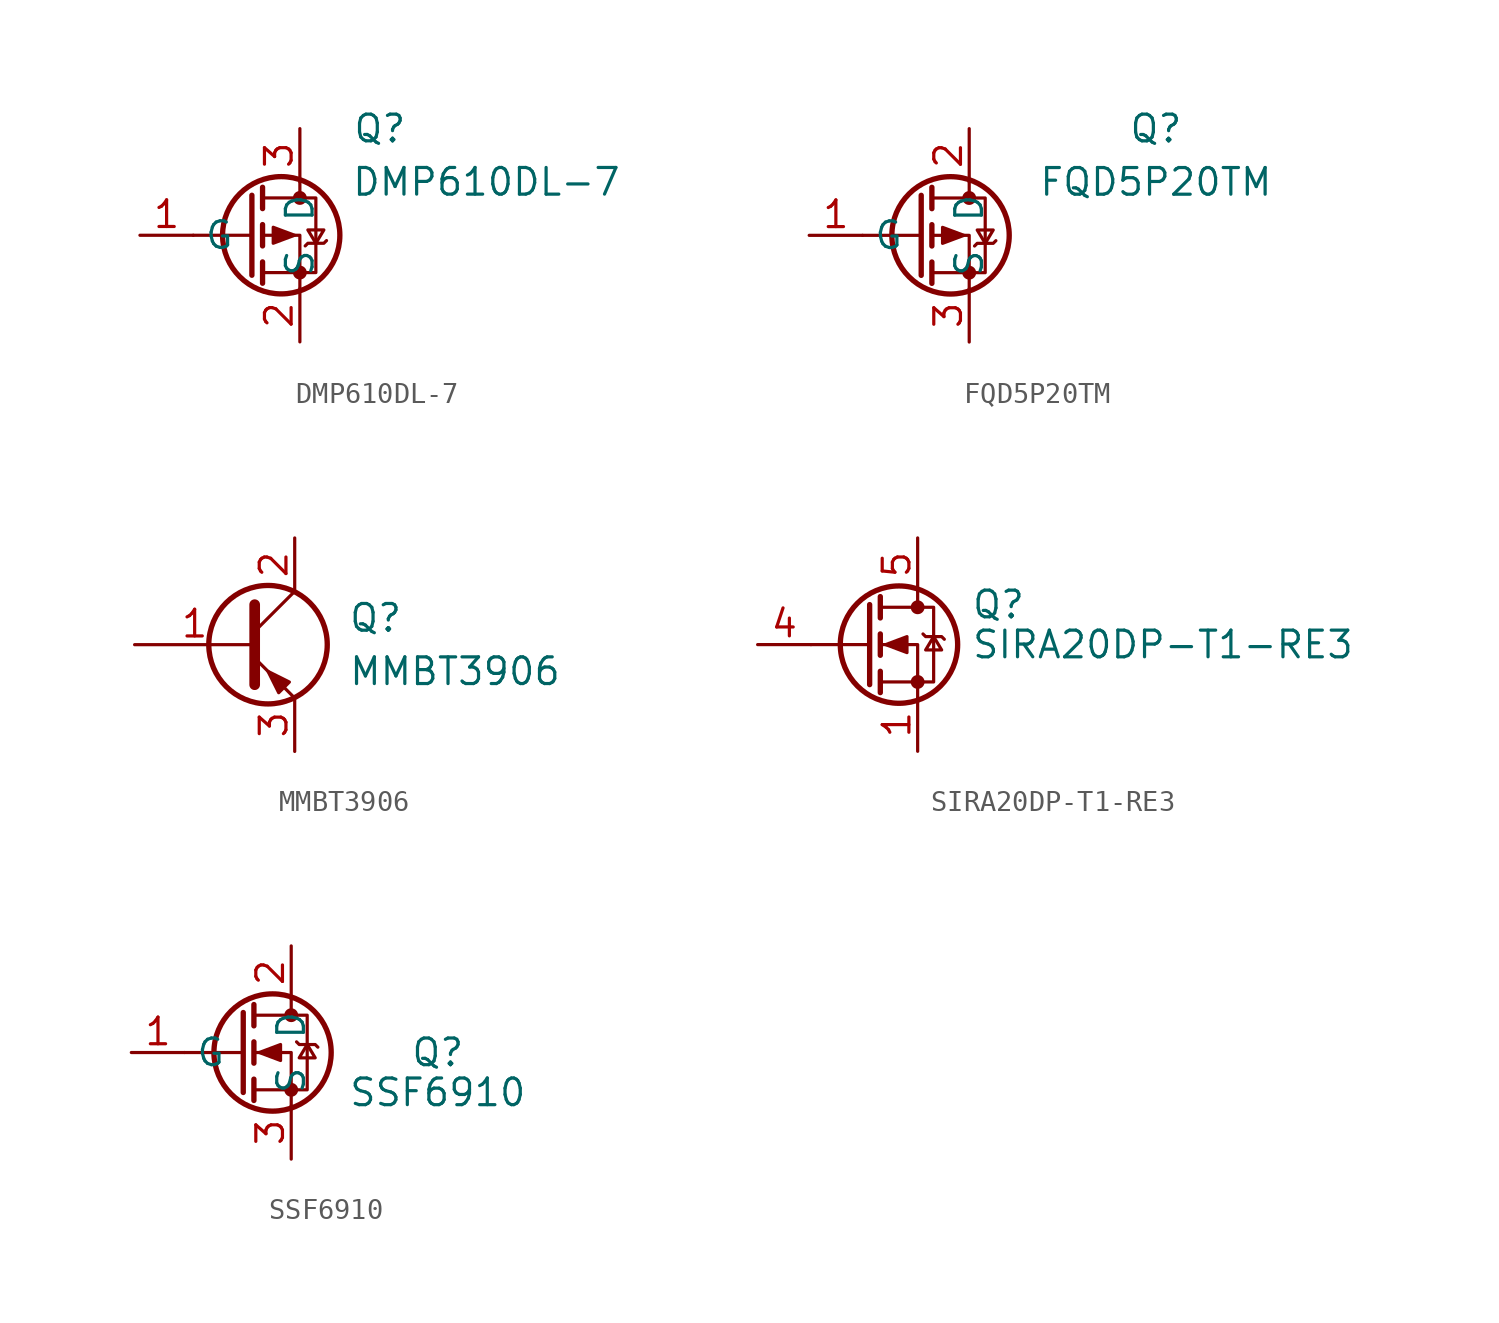
<source format=kicad_sym>
(kicad_symbol_lib
  (version 20241209)
  (generator "kicad_symbol_editor")
  (generator_version "9.0")
  (symbol "DMP610DL-7"
    (property "Reference" "Q"
      (at 5.08 5.08 0)
      (effects (font (size 1.27 1.27))))
    (property "Value" "DMP610DL-7"
      (at 10.16 2.54 0)
      (effects (font (size 1.27 1.27))))
    (symbol "DMP610DL-7_0_1"
      (polyline (pts (xy -1.016 1.905) (xy -1.016 -1.905)) (stroke (width 0.254) (type default)) (fill (type none)))
      (polyline (pts (xy -1.016 0) (xy -3.81 0)) (stroke (width 0) (type default)) (fill (type none)))
      (polyline (pts (xy -0.508 2.286) (xy -0.508 1.27)) (stroke (width 0.254) (type default)) (fill (type none)))
      (polyline (pts (xy -0.508 1.778) (xy 2.032 1.778) (xy 2.032 -1.778) (xy -0.508 -1.778)) (stroke (width 0) (type default)) (fill (type none)))
      (polyline (pts (xy -0.508 0.508) (xy -0.508 -0.508)) (stroke (width 0.254) (type default)) (fill (type none)))
      (polyline (pts (xy -0.508 -1.27) (xy -0.508 -2.286)) (stroke (width 0.254) (type default)) (fill (type none)))
      (circle (center 0.381 0) (radius 2.794) (stroke (width 0.254) (type default)) (fill (type none)))
      (polyline (pts (xy 1.016 0) (xy 0 0.381) (xy 0 -0.381) (xy 1.016 0)) (stroke (width 0) (type default)) (fill (type outline)))
      (polyline (pts (xy 1.27 2.54) (xy 1.27 1.778)) (stroke (width 0) (type default)) (fill (type none)))
      (circle (center 1.27 1.778) (radius 0.254) (stroke (width 0) (type default)) (fill (type outline)))
      (circle (center 1.27 -1.778) (radius 0.254) (stroke (width 0) (type default)) (fill (type outline)))
      (polyline (pts (xy 1.27 -2.54) (xy 1.27 0) (xy -0.508 0)) (stroke (width 0) (type default)) (fill (type none)))
      (polyline (pts (xy 1.524 -0.508) (xy 1.651 -0.381) (xy 2.413 -0.381) (xy 2.54 -0.254)) (stroke (width 0) (type default)) (fill (type none)))
      (polyline (pts (xy 2.032 -0.381) (xy 1.651 0.254) (xy 2.413 0.254) (xy 2.032 -0.381)) (stroke (width 0) (type default)) (fill (type none))))
    (symbol "DMP610DL-7_1_1"
      (pin input line (at -6.35 0 0) (length 2.54) (name "G" (effects (font (size 1.27 1.27)))) (number "1" (effects (font (size 1.27 1.27)))))
      (pin passive line (at 1.27 5.08 270) (length 2.54) (name "D" (effects (font (size 1.27 1.27)))) (number "3" (effects (font (size 1.27 1.27)))))
      (pin passive line (at 1.27 -5.08 90) (length 2.54) (name "S" (effects (font (size 1.27 1.27)))) (number "2" (effects (font (size 1.27 1.27)))))))
  (symbol "FQD5P20TM"
    (property "Reference" "Q"
      (at 10.16 5.08 0)
      (effects (font (size 1.27 1.27))))
    (property "Value" "FQD5P20TM"
      (at 10.16 2.54 0)
      (effects (font (size 1.27 1.27))))
    (symbol "FQD5P20TM_0_1"
      (polyline (pts (xy -1.016 1.905) (xy -1.016 -1.905)) (stroke (width 0.254) (type default)) (fill (type none)))
      (polyline (pts (xy -1.016 0) (xy -3.81 0)) (stroke (width 0) (type default)) (fill (type none)))
      (polyline (pts (xy -0.508 2.286) (xy -0.508 1.27)) (stroke (width 0.254) (type default)) (fill (type none)))
      (polyline (pts (xy -0.508 1.778) (xy 2.032 1.778) (xy 2.032 -1.778) (xy -0.508 -1.778)) (stroke (width 0) (type default)) (fill (type none)))
      (polyline (pts (xy -0.508 0.508) (xy -0.508 -0.508)) (stroke (width 0.254) (type default)) (fill (type none)))
      (polyline (pts (xy -0.508 -1.27) (xy -0.508 -2.286)) (stroke (width 0.254) (type default)) (fill (type none)))
      (circle (center 0.381 0) (radius 2.794) (stroke (width 0.254) (type default)) (fill (type none)))
      (polyline (pts (xy 1.016 0) (xy 0 0.381) (xy 0 -0.381) (xy 1.016 0)) (stroke (width 0) (type default)) (fill (type outline)))
      (polyline (pts (xy 1.27 2.54) (xy 1.27 1.778)) (stroke (width 0) (type default)) (fill (type none)))
      (circle (center 1.27 1.778) (radius 0.254) (stroke (width 0) (type default)) (fill (type outline)))
      (circle (center 1.27 -1.778) (radius 0.254) (stroke (width 0) (type default)) (fill (type outline)))
      (polyline (pts (xy 1.27 -2.54) (xy 1.27 0) (xy -0.508 0)) (stroke (width 0) (type default)) (fill (type none)))
      (polyline (pts (xy 1.524 -0.508) (xy 1.651 -0.381) (xy 2.413 -0.381) (xy 2.54 -0.254)) (stroke (width 0) (type default)) (fill (type none)))
      (polyline (pts (xy 2.032 -0.381) (xy 1.651 0.254) (xy 2.413 0.254) (xy 2.032 -0.381)) (stroke (width 0) (type default)) (fill (type none))))
    (symbol "FQD5P20TM_1_1"
      (pin input line (at -6.35 0 0) (length 2.54) (name "G" (effects (font (size 1.27 1.27)))) (number "1" (effects (font (size 1.27 1.27)))))
      (pin passive line (at 1.27 5.08 270) (length 2.54) (name "D" (effects (font (size 1.27 1.27)))) (number "2" (effects (font (size 1.27 1.27)))))
      (pin passive line (at 1.27 -5.08 90) (length 2.54) (name "S" (effects (font (size 1.27 1.27)))) (number "3" (effects (font (size 1.27 1.27)))))))
  (symbol "MMBT3906"
    (pin_names
      (offset 0)
      (hide yes))
    (property "Reference" "Q"
      (at 5.08 1.27 0)
      (effects (font (size 1.27 1.27)) (justify left)))
    (property "Value" "MMBT3906"
      (at 5.08 -1.27 0)
      (effects (font (size 1.27 1.27)) (justify left)))
    (symbol "MMBT3906_0_1"
      (polyline (pts (xy 0.635 1.905) (xy 0.635 -1.905) (xy 0.635 -1.905)) (stroke (width 0.508) (type default)) (fill (type none)))
      (polyline (pts (xy 0.635 0.635) (xy 2.54 2.54)) (stroke (width 0) (type default)) (fill (type none)))
      (polyline (pts (xy 0.635 -0.635) (xy 2.54 -2.54) (xy 2.54 -2.54)) (stroke (width 0) (type default)) (fill (type none)))
      (circle (center 1.27 0) (radius 2.819) (stroke (width 0.254) (type default)) (fill (type none)))
      (polyline (pts (xy 2.286 -1.778) (xy 1.778 -2.286) (xy 1.27 -1.27) (xy 2.286 -1.778) (xy 2.286 -1.778)) (stroke (width 0) (type default)) (fill (type outline))))
    (symbol "MMBT3906_1_1"
      (pin input line (at -5.08 0 0) (length 5.715) (name "B" (effects (font (size 1.27 1.27)))) (number "1" (effects (font (size 1.27 1.27)))))
      (pin passive line (at 2.54 5.08 270) (length 2.54) (name "C" (effects (font (size 1.27 1.27)))) (number "2" (effects (font (size 1.27 1.27)))))
      (pin passive line (at 2.54 -5.08 90) (length 2.54) (name "E" (effects (font (size 1.27 1.27)))) (number "3" (effects (font (size 1.27 1.27)))))))
  (symbol "SIRA20DP-T1-RE3"
    (pin_names
      (hide yes))
    (property "Reference" "Q"
      (at 5.08 1.905 0)
      (effects (font (size 1.27 1.27)) (justify left)))
    (property "Value" "SIRA20DP-T1-RE3"
      (at 5.08 0 0)
      (effects (font (size 1.27 1.27)) (justify left)))
    (symbol "SIRA20DP-T1-RE3_0_1"
      (polyline (pts (xy 0.254 1.905) (xy 0.254 -1.905)) (stroke (width 0.254) (type default)) (fill (type none)))
      (polyline (pts (xy 0.254 0) (xy -2.54 0)) (stroke (width 0) (type default)) (fill (type none)))
      (polyline (pts (xy 0.762 2.286) (xy 0.762 1.27)) (stroke (width 0.254) (type default)) (fill (type none)))
      (polyline (pts (xy 0.762 0.508) (xy 0.762 -0.508)) (stroke (width 0.254) (type default)) (fill (type none)))
      (polyline (pts (xy 0.762 -1.27) (xy 0.762 -2.286)) (stroke (width 0.254) (type default)) (fill (type none)))
      (polyline (pts (xy 0.762 -1.778) (xy 3.302 -1.778) (xy 3.302 1.778) (xy 0.762 1.778)) (stroke (width 0) (type default)) (fill (type none)))
      (polyline (pts (xy 1.016 0) (xy 2.032 0.381) (xy 2.032 -0.381) (xy 1.016 0)) (stroke (width 0) (type default)) (fill (type outline)))
      (circle (center 1.651 0) (radius 2.794) (stroke (width 0.254) (type default)) (fill (type none)))
      (polyline (pts (xy 2.54 2.54) (xy 2.54 1.778)) (stroke (width 0) (type default)) (fill (type none)))
      (circle (center 2.54 1.778) (radius 0.254) (stroke (width 0) (type default)) (fill (type outline)))
      (circle (center 2.54 -1.778) (radius 0.254) (stroke (width 0) (type default)) (fill (type outline)))
      (polyline (pts (xy 2.54 -2.54) (xy 2.54 0) (xy 0.762 0)) (stroke (width 0) (type default)) (fill (type none)))
      (polyline (pts (xy 2.794 0.508) (xy 2.921 0.381) (xy 3.683 0.381) (xy 3.81 0.254)) (stroke (width 0) (type default)) (fill (type none)))
      (polyline (pts (xy 3.302 0.381) (xy 2.921 -0.254) (xy 3.683 -0.254) (xy 3.302 0.381)) (stroke (width 0) (type default)) (fill (type none))))
    (symbol "SIRA20DP-T1-RE3_1_1"
      (pin input line (at -5.08 0 0) (length 2.54) (name "G" (effects (font (size 1.27 1.27)))) (number "4" (effects (font (size 1.27 1.27)))))
      (pin passive line (at 2.54 5.08 270) (length 2.54) (name "D" (effects (font (size 1.27 1.27)))) (number "5" (effects (font (size 1.27 1.27)))))
      (pin passive line (at 2.54 -5.08 90) (length 2.54) (name "S" (effects (font (size 1.27 1.27)))) (number "1" (effects (font (size 1.27 1.27)))))
      (pin passive line (at 2.54 -5.08 90) (length 2.54) (hide yes) (name "S" (effects (font (size 1.27 1.27)))) (number "2" (effects (font (size 1.27 1.27)))))
      (pin passive line (at 2.54 -5.08 90) (length 2.54) (hide yes) (name "S" (effects (font (size 1.27 1.27)))) (number "3" (effects (font (size 1.27 1.27)))))))
  (symbol "SSF6910"
    (property "Reference" "Q"
      (at 6.985 0 0)
      (effects (font (size 1.27 1.27))))
    (property "Value" "SSF6910"
      (at 6.985 -1.905 0)
      (effects (font (size 1.27 1.27))))
    (symbol "SSF6910_0_1"
      (polyline (pts (xy -2.286 1.905) (xy -2.286 -1.905)) (stroke (width 0.254) (type default)) (fill (type none)))
      (polyline (pts (xy -2.286 0) (xy -5.08 0)) (stroke (width 0) (type default)) (fill (type none)))
      (polyline (pts (xy -1.778 2.286) (xy -1.778 1.27)) (stroke (width 0.254) (type default)) (fill (type none)))
      (polyline (pts (xy -1.778 0.508) (xy -1.778 -0.508)) (stroke (width 0.254) (type default)) (fill (type none)))
      (polyline (pts (xy -1.778 -1.27) (xy -1.778 -2.286)) (stroke (width 0.254) (type default)) (fill (type none)))
      (polyline (pts (xy -1.778 -1.778) (xy 0.762 -1.778) (xy 0.762 1.778) (xy -1.778 1.778)) (stroke (width 0) (type default)) (fill (type none)))
      (polyline (pts (xy -1.524 0) (xy -0.508 0.381) (xy -0.508 -0.381) (xy -1.524 0)) (stroke (width 0) (type default)) (fill (type outline)))
      (circle (center -0.889 0) (radius 2.794) (stroke (width 0.254) (type default)) (fill (type none)))
      (polyline (pts (xy 0 2.54) (xy 0 1.778)) (stroke (width 0) (type default)) (fill (type none)))
      (circle (center 0 1.778) (radius 0.254) (stroke (width 0) (type default)) (fill (type outline)))
      (circle (center 0 -1.778) (radius 0.254) (stroke (width 0) (type default)) (fill (type outline)))
      (polyline (pts (xy 0 -2.54) (xy 0 0) (xy -1.778 0)) (stroke (width 0) (type default)) (fill (type none)))
      (polyline (pts (xy 0.254 0.508) (xy 0.381 0.381) (xy 1.143 0.381) (xy 1.27 0.254)) (stroke (width 0) (type default)) (fill (type none)))
      (polyline (pts (xy 0.762 0.381) (xy 0.381 -0.254) (xy 1.143 -0.254) (xy 0.762 0.381)) (stroke (width 0) (type default)) (fill (type none))))
    (symbol "SSF6910_1_1"
      (pin input line (at -7.62 0 0) (length 2.54) (name "G" (effects (font (size 1.27 1.27)))) (number "1" (effects (font (size 1.27 1.27)))))
      (pin passive line (at 0 5.08 270) (length 2.54) (name "D" (effects (font (size 1.27 1.27)))) (number "2" (effects (font (size 1.27 1.27)))))
      (pin passive line (at 0 -5.08 90) (length 2.54) (hide yes) (name "D" (effects (font (size 1.27 1.27)))) (number "2" (effects (font (size 1.27 1.27)))))
      (pin passive line (at 0 -5.08 90) (length 2.54) (name "S" (effects (font (size 1.27 1.27)))) (number "3" (effects (font (size 1.27 1.27)))))
      (pin passive line (at 0 -5.08 90) (length 2.54) (hide yes) (name "S" (effects (font (size 1.27 1.27)))) (number "3" (effects (font (size 1.27 1.27))))))))
</source>
